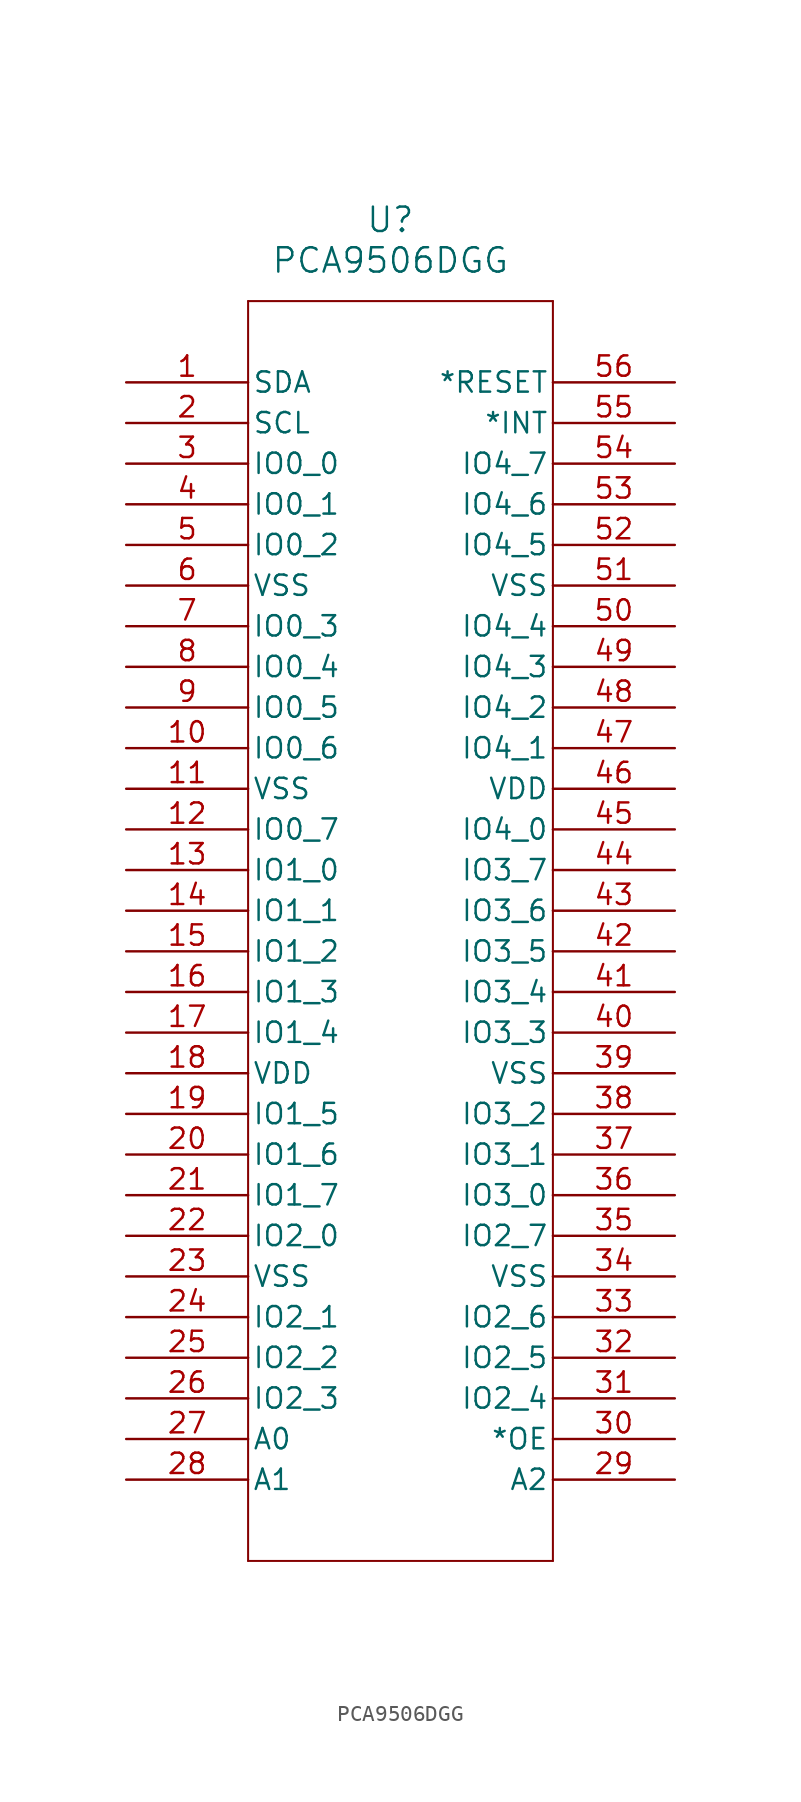
<source format=kicad_sym>
(kicad_symbol_lib
  (version 20220914)
  (generator kicad_symbol_editor)
  (symbol "PCA9506DGG"
    (pin_names
      (offset 0.254))
    (property "Reference" "U"
      (at 33.02 10.16 0)
      (effects (font (size 1.524 1.524))))
    (property "Value" "PCA9506DGG"
      (at 33.02 7.62 0)
      (effects (font (size 1.524 1.524))))
    (property "ki_locked" ""
      (at 0 0 0)
      (effects (font (size 1.27 1.27))))
    (symbol "PCA9506DGG_0_1"
      (polyline (pts (xy 24.13 -73.66) (xy 43.18 -73.66)) (stroke (width 0.127) (type default)) (fill (type none)))
      (polyline (pts (xy 24.13 5.08) (xy 24.13 -73.66)) (stroke (width 0.127) (type default)) (fill (type none)))
      (polyline (pts (xy 43.18 -73.66) (xy 43.18 5.08)) (stroke (width 0.127) (type default)) (fill (type none)))
      (polyline (pts (xy 43.18 5.08) (xy 24.13 5.08)) (stroke (width 0.127) (type default)) (fill (type none)))
      (pin unspecified line (at 16.51 0 0) (length 7.62) (name "SDA" (effects (font (size 1.27 1.27)))) (number "1" (effects (font (size 1.27 1.27)))))
      (pin unspecified line (at 16.51 -22.86 0) (length 7.62) (name "IO0_6" (effects (font (size 1.27 1.27)))) (number "10" (effects (font (size 1.27 1.27)))))
      (pin unspecified line (at 16.51 -25.4 0) (length 7.62) (name "VSS" (effects (font (size 1.27 1.27)))) (number "11" (effects (font (size 1.27 1.27)))))
      (pin unspecified line (at 16.51 -27.94 0) (length 7.62) (name "IO0_7" (effects (font (size 1.27 1.27)))) (number "12" (effects (font (size 1.27 1.27)))))
      (pin unspecified line (at 16.51 -30.48 0) (length 7.62) (name "IO1_0" (effects (font (size 1.27 1.27)))) (number "13" (effects (font (size 1.27 1.27)))))
      (pin unspecified line (at 16.51 -33.02 0) (length 7.62) (name "IO1_1" (effects (font (size 1.27 1.27)))) (number "14" (effects (font (size 1.27 1.27)))))
      (pin unspecified line (at 16.51 -35.56 0) (length 7.62) (name "IO1_2" (effects (font (size 1.27 1.27)))) (number "15" (effects (font (size 1.27 1.27)))))
      (pin unspecified line (at 16.51 -38.1 0) (length 7.62) (name "IO1_3" (effects (font (size 1.27 1.27)))) (number "16" (effects (font (size 1.27 1.27)))))
      (pin unspecified line (at 16.51 -40.64 0) (length 7.62) (name "IO1_4" (effects (font (size 1.27 1.27)))) (number "17" (effects (font (size 1.27 1.27)))))
      (pin unspecified line (at 16.51 -43.18 0) (length 7.62) (name "VDD" (effects (font (size 1.27 1.27)))) (number "18" (effects (font (size 1.27 1.27)))))
      (pin unspecified line (at 16.51 -45.72 0) (length 7.62) (name "IO1_5" (effects (font (size 1.27 1.27)))) (number "19" (effects (font (size 1.27 1.27)))))
      (pin unspecified line (at 16.51 -2.54 0) (length 7.62) (name "SCL" (effects (font (size 1.27 1.27)))) (number "2" (effects (font (size 1.27 1.27)))))
      (pin unspecified line (at 16.51 -48.26 0) (length 7.62) (name "IO1_6" (effects (font (size 1.27 1.27)))) (number "20" (effects (font (size 1.27 1.27)))))
      (pin unspecified line (at 16.51 -50.8 0) (length 7.62) (name "IO1_7" (effects (font (size 1.27 1.27)))) (number "21" (effects (font (size 1.27 1.27)))))
      (pin unspecified line (at 16.51 -53.34 0) (length 7.62) (name "IO2_0" (effects (font (size 1.27 1.27)))) (number "22" (effects (font (size 1.27 1.27)))))
      (pin unspecified line (at 16.51 -55.88 0) (length 7.62) (name "VSS" (effects (font (size 1.27 1.27)))) (number "23" (effects (font (size 1.27 1.27)))))
      (pin unspecified line (at 16.51 -58.42 0) (length 7.62) (name "IO2_1" (effects (font (size 1.27 1.27)))) (number "24" (effects (font (size 1.27 1.27)))))
      (pin unspecified line (at 16.51 -60.96 0) (length 7.62) (name "IO2_2" (effects (font (size 1.27 1.27)))) (number "25" (effects (font (size 1.27 1.27)))))
      (pin unspecified line (at 16.51 -63.5 0) (length 7.62) (name "IO2_3" (effects (font (size 1.27 1.27)))) (number "26" (effects (font (size 1.27 1.27)))))
      (pin unspecified line (at 16.51 -66.04 0) (length 7.62) (name "A0" (effects (font (size 1.27 1.27)))) (number "27" (effects (font (size 1.27 1.27)))))
      (pin unspecified line (at 16.51 -68.58 0) (length 7.62) (name "A1" (effects (font (size 1.27 1.27)))) (number "28" (effects (font (size 1.27 1.27)))))
      (pin unspecified line (at 50.8 -68.58 180) (length 7.62) (name "A2" (effects (font (size 1.27 1.27)))) (number "29" (effects (font (size 1.27 1.27)))))
      (pin unspecified line (at 16.51 -5.08 0) (length 7.62) (name "IO0_0" (effects (font (size 1.27 1.27)))) (number "3" (effects (font (size 1.27 1.27)))))
      (pin unspecified line (at 50.8 -66.04 180) (length 7.62) (name "*OE" (effects (font (size 1.27 1.27)))) (number "30" (effects (font (size 1.27 1.27)))))
      (pin unspecified line (at 50.8 -63.5 180) (length 7.62) (name "IO2_4" (effects (font (size 1.27 1.27)))) (number "31" (effects (font (size 1.27 1.27)))))
      (pin unspecified line (at 50.8 -60.96 180) (length 7.62) (name "IO2_5" (effects (font (size 1.27 1.27)))) (number "32" (effects (font (size 1.27 1.27)))))
      (pin unspecified line (at 50.8 -58.42 180) (length 7.62) (name "IO2_6" (effects (font (size 1.27 1.27)))) (number "33" (effects (font (size 1.27 1.27)))))
      (pin unspecified line (at 50.8 -55.88 180) (length 7.62) (name "VSS" (effects (font (size 1.27 1.27)))) (number "34" (effects (font (size 1.27 1.27)))))
      (pin unspecified line (at 50.8 -53.34 180) (length 7.62) (name "IO2_7" (effects (font (size 1.27 1.27)))) (number "35" (effects (font (size 1.27 1.27)))))
      (pin unspecified line (at 50.8 -50.8 180) (length 7.62) (name "IO3_0" (effects (font (size 1.27 1.27)))) (number "36" (effects (font (size 1.27 1.27)))))
      (pin unspecified line (at 50.8 -48.26 180) (length 7.62) (name "IO3_1" (effects (font (size 1.27 1.27)))) (number "37" (effects (font (size 1.27 1.27)))))
      (pin unspecified line (at 50.8 -45.72 180) (length 7.62) (name "IO3_2" (effects (font (size 1.27 1.27)))) (number "38" (effects (font (size 1.27 1.27)))))
      (pin unspecified line (at 50.8 -43.18 180) (length 7.62) (name "VSS" (effects (font (size 1.27 1.27)))) (number "39" (effects (font (size 1.27 1.27)))))
      (pin unspecified line (at 16.51 -7.62 0) (length 7.62) (name "IO0_1" (effects (font (size 1.27 1.27)))) (number "4" (effects (font (size 1.27 1.27)))))
      (pin unspecified line (at 50.8 -40.64 180) (length 7.62) (name "IO3_3" (effects (font (size 1.27 1.27)))) (number "40" (effects (font (size 1.27 1.27)))))
      (pin unspecified line (at 50.8 -38.1 180) (length 7.62) (name "IO3_4" (effects (font (size 1.27 1.27)))) (number "41" (effects (font (size 1.27 1.27)))))
      (pin unspecified line (at 50.8 -35.56 180) (length 7.62) (name "IO3_5" (effects (font (size 1.27 1.27)))) (number "42" (effects (font (size 1.27 1.27)))))
      (pin unspecified line (at 50.8 -33.02 180) (length 7.62) (name "IO3_6" (effects (font (size 1.27 1.27)))) (number "43" (effects (font (size 1.27 1.27)))))
      (pin unspecified line (at 50.8 -30.48 180) (length 7.62) (name "IO3_7" (effects (font (size 1.27 1.27)))) (number "44" (effects (font (size 1.27 1.27)))))
      (pin unspecified line (at 50.8 -27.94 180) (length 7.62) (name "IO4_0" (effects (font (size 1.27 1.27)))) (number "45" (effects (font (size 1.27 1.27)))))
      (pin unspecified line (at 50.8 -25.4 180) (length 7.62) (name "VDD" (effects (font (size 1.27 1.27)))) (number "46" (effects (font (size 1.27 1.27)))))
      (pin unspecified line (at 50.8 -22.86 180) (length 7.62) (name "IO4_1" (effects (font (size 1.27 1.27)))) (number "47" (effects (font (size 1.27 1.27)))))
      (pin unspecified line (at 50.8 -20.32 180) (length 7.62) (name "IO4_2" (effects (font (size 1.27 1.27)))) (number "48" (effects (font (size 1.27 1.27)))))
      (pin unspecified line (at 50.8 -17.78 180) (length 7.62) (name "IO4_3" (effects (font (size 1.27 1.27)))) (number "49" (effects (font (size 1.27 1.27)))))
      (pin unspecified line (at 16.51 -10.16 0) (length 7.62) (name "IO0_2" (effects (font (size 1.27 1.27)))) (number "5" (effects (font (size 1.27 1.27)))))
      (pin unspecified line (at 50.8 -15.24 180) (length 7.62) (name "IO4_4" (effects (font (size 1.27 1.27)))) (number "50" (effects (font (size 1.27 1.27)))))
      (pin unspecified line (at 50.8 -12.7 180) (length 7.62) (name "VSS" (effects (font (size 1.27 1.27)))) (number "51" (effects (font (size 1.27 1.27)))))
      (pin unspecified line (at 50.8 -10.16 180) (length 7.62) (name "IO4_5" (effects (font (size 1.27 1.27)))) (number "52" (effects (font (size 1.27 1.27)))))
      (pin unspecified line (at 50.8 -7.62 180) (length 7.62) (name "IO4_6" (effects (font (size 1.27 1.27)))) (number "53" (effects (font (size 1.27 1.27)))))
      (pin unspecified line (at 50.8 -5.08 180) (length 7.62) (name "IO4_7" (effects (font (size 1.27 1.27)))) (number "54" (effects (font (size 1.27 1.27)))))
      (pin unspecified line (at 50.8 -2.54 180) (length 7.62) (name "*INT" (effects (font (size 1.27 1.27)))) (number "55" (effects (font (size 1.27 1.27)))))
      (pin unspecified line (at 50.8 0 180) (length 7.62) (name "*RESET" (effects (font (size 1.27 1.27)))) (number "56" (effects (font (size 1.27 1.27)))))
      (pin unspecified line (at 16.51 -12.7 0) (length 7.62) (name "VSS" (effects (font (size 1.27 1.27)))) (number "6" (effects (font (size 1.27 1.27)))))
      (pin unspecified line (at 16.51 -15.24 0) (length 7.62) (name "IO0_3" (effects (font (size 1.27 1.27)))) (number "7" (effects (font (size 1.27 1.27)))))
      (pin unspecified line (at 16.51 -17.78 0) (length 7.62) (name "IO0_4" (effects (font (size 1.27 1.27)))) (number "8" (effects (font (size 1.27 1.27)))))
      (pin unspecified line (at 16.51 -20.32 0) (length 7.62) (name "IO0_5" (effects (font (size 1.27 1.27)))) (number "9" (effects (font (size 1.27 1.27))))))))
</source>
